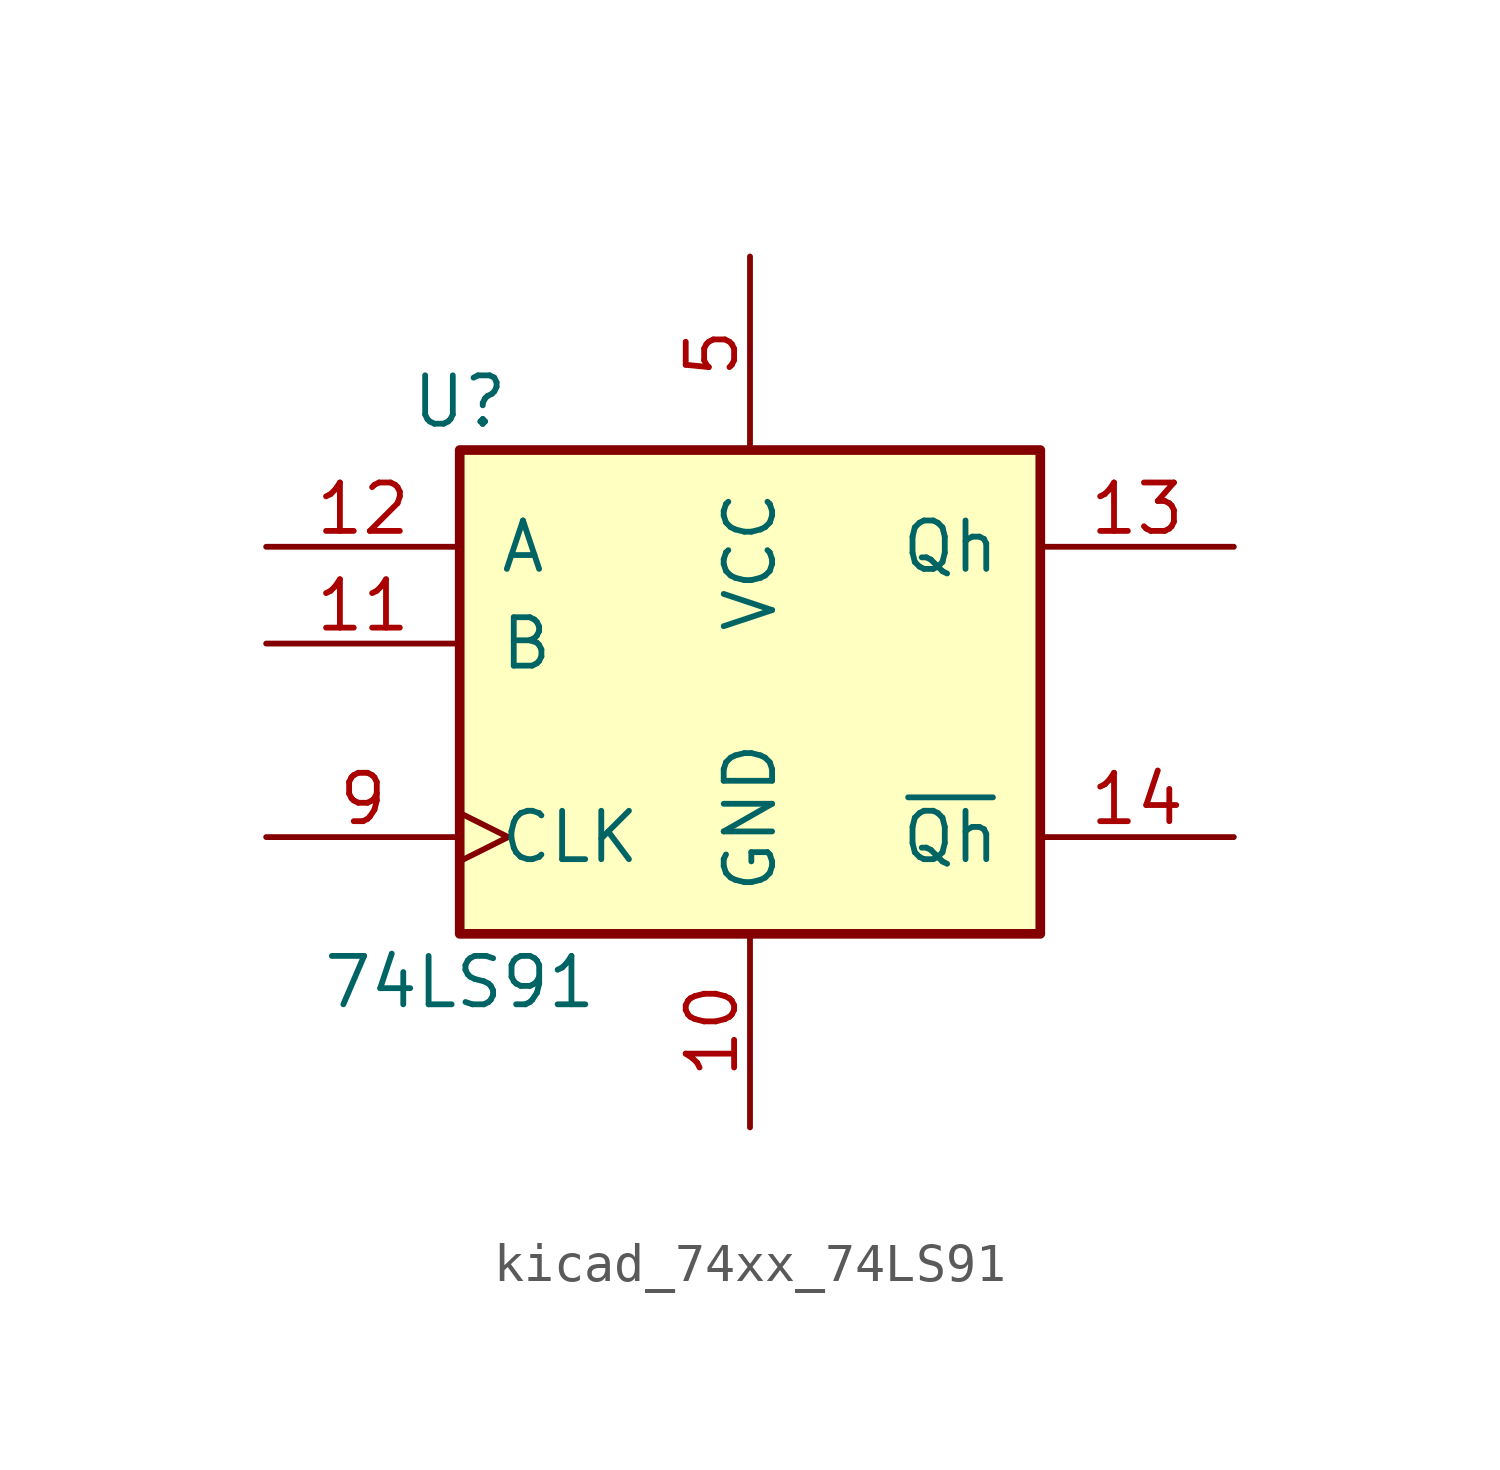
<source format=kicad_sym>
(kicad_symbol_lib
  (version 20220914)
  (generator kicad_symbol_editor)
  (symbol "kicad_74xx_74LS91"
    (pin_names
      (offset 1.016))
    (property "Reference" "U"
      (at -7.62 6.35 0)
      (effects (font (size 1.27 1.27))))
    (property "Value" "74LS91"
      (at -7.62 -8.89 0)
      (effects (font (size 1.27 1.27))))
    (property "ki_locked" ""
      (at 0 0 0)
      (effects (font (size 1.27 1.27))))
    (symbol "kicad_74xx_74LS91_1_0"
      (pin power_in line (at 0 -12.7 90) (length 5.08) (name "GND" (effects (font (size 1.27 1.27)))) (number "10" (effects (font (size 1.27 1.27)))))
      (pin input line (at -12.7 0 0) (length 5.08) (name "B" (effects (font (size 1.27 1.27)))) (number "11" (effects (font (size 1.27 1.27)))))
      (pin input line (at -12.7 2.54 0) (length 5.08) (name "A" (effects (font (size 1.27 1.27)))) (number "12" (effects (font (size 1.27 1.27)))))
      (pin output line (at 12.7 2.54 180) (length 5.08) (name "Qh" (effects (font (size 1.27 1.27)))) (number "13" (effects (font (size 1.27 1.27)))))
      (pin output line (at 12.7 -5.08 180) (length 5.08) (name "~{Qh}" (effects (font (size 1.27 1.27)))) (number "14" (effects (font (size 1.27 1.27)))))
      (pin power_in line (at 0 10.16 270) (length 5.08) (name "VCC" (effects (font (size 1.27 1.27)))) (number "5" (effects (font (size 1.27 1.27)))))
      (pin input clock (at -12.7 -5.08 0) (length 5.08) (name "CLK" (effects (font (size 1.27 1.27)))) (number "9" (effects (font (size 1.27 1.27))))))
    (symbol "kicad_74xx_74LS91_1_1"
      (rectangle (start -7.62 5.08) (end 7.62 -7.62) (stroke (width 0.254) (type default)) (fill (type background))))))
</source>
